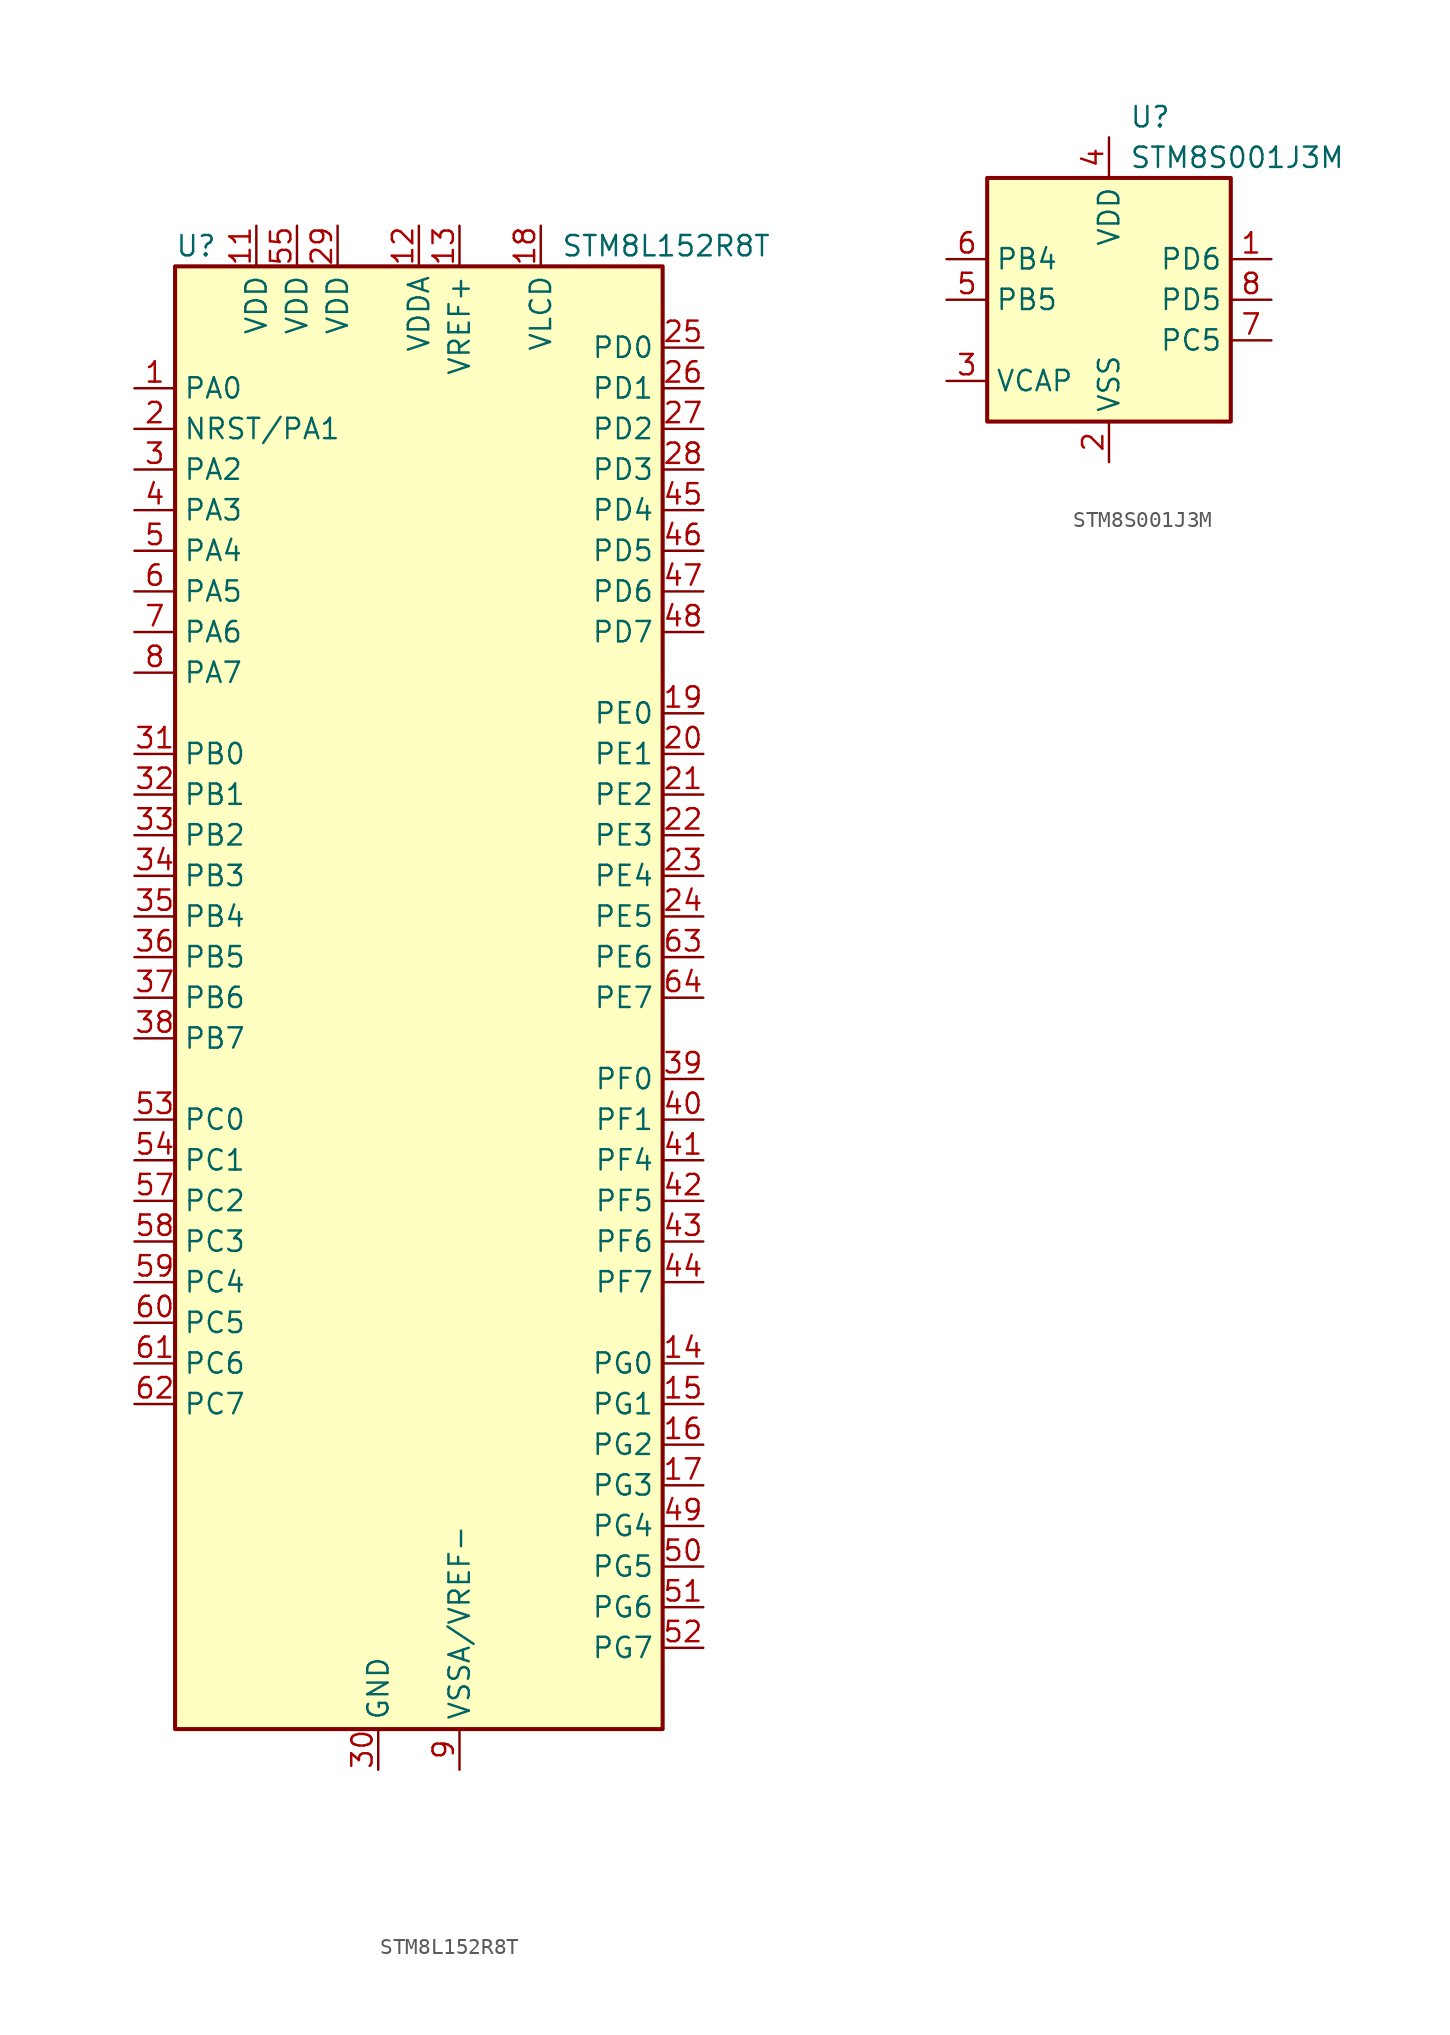
<source format=kicad_sym>
(kicad_symbol_lib
  (version 20231120)
  (generator "kicad_symbol_editor")
  (generator_version "8.0")
  (symbol "STM8L152R8T"
    (property "Reference" "U"
      (at -15.24 46.99 0)
      (effects (font (size 1.27 1.27)) (justify left)))
    (property "Value" "STM8L152R8T"
      (at 8.89 46.99 0)
      (effects (font (size 1.27 1.27)) (justify left)))
    (symbol "STM8L152R8T_0_0"
      (pin passive line (at -2.54 -48.26 90) (length 2.54) hide (name "GND" (effects (font (size 1.27 1.27)))) (number "10" (effects (font (size 1.27 1.27)))))
      (pin bidirectional line (at 17.78 12.7 180) (length 2.54) (name "PE2" (effects (font (size 1.27 1.27)))) (number "21" (effects (font (size 1.27 1.27)))))
      (pin bidirectional line (at 17.78 10.16 180) (length 2.54) (name "PE3" (effects (font (size 1.27 1.27)))) (number "22" (effects (font (size 1.27 1.27)))))
      (pin bidirectional line (at 17.78 7.62 180) (length 2.54) (name "PE4" (effects (font (size 1.27 1.27)))) (number "23" (effects (font (size 1.27 1.27)))))
      (pin bidirectional line (at 17.78 5.08 180) (length 2.54) (name "PE5" (effects (font (size 1.27 1.27)))) (number "24" (effects (font (size 1.27 1.27)))))
      (pin bidirectional line (at 17.78 40.64 180) (length 2.54) (name "PD0" (effects (font (size 1.27 1.27)))) (number "25" (effects (font (size 1.27 1.27)))))
      (pin bidirectional line (at 17.78 38.1 180) (length 2.54) (name "PD1" (effects (font (size 1.27 1.27)))) (number "26" (effects (font (size 1.27 1.27)))))
      (pin bidirectional line (at 17.78 35.56 180) (length 2.54) (name "PD2" (effects (font (size 1.27 1.27)))) (number "27" (effects (font (size 1.27 1.27)))))
      (pin bidirectional line (at 17.78 33.02 180) (length 2.54) (name "PD3" (effects (font (size 1.27 1.27)))) (number "28" (effects (font (size 1.27 1.27)))))
      (pin power_in line (at -5.08 48.26 270) (length 2.54) (name "VDD" (effects (font (size 1.27 1.27)))) (number "29" (effects (font (size 1.27 1.27)))))
      (pin power_in line (at -2.54 -48.26 90) (length 2.54) (name "GND" (effects (font (size 1.27 1.27)))) (number "30" (effects (font (size 1.27 1.27)))))
      (pin bidirectional line (at -17.78 15.24 0) (length 2.54) (name "PB0" (effects (font (size 1.27 1.27)))) (number "31" (effects (font (size 1.27 1.27)))))
      (pin bidirectional line (at -17.78 12.7 0) (length 2.54) (name "PB1" (effects (font (size 1.27 1.27)))) (number "32" (effects (font (size 1.27 1.27)))))
      (pin bidirectional line (at -17.78 10.16 0) (length 2.54) (name "PB2" (effects (font (size 1.27 1.27)))) (number "33" (effects (font (size 1.27 1.27)))))
      (pin bidirectional line (at -17.78 7.62 0) (length 2.54) (name "PB3" (effects (font (size 1.27 1.27)))) (number "34" (effects (font (size 1.27 1.27)))))
      (pin bidirectional line (at -17.78 5.08 0) (length 2.54) (name "PB4" (effects (font (size 1.27 1.27)))) (number "35" (effects (font (size 1.27 1.27)))))
      (pin bidirectional line (at -17.78 2.54 0) (length 2.54) (name "PB5" (effects (font (size 1.27 1.27)))) (number "36" (effects (font (size 1.27 1.27)))))
      (pin bidirectional line (at -17.78 0 0) (length 2.54) (name "PB6" (effects (font (size 1.27 1.27)))) (number "37" (effects (font (size 1.27 1.27)))))
      (pin bidirectional line (at -17.78 -2.54 0) (length 2.54) (name "PB7" (effects (font (size 1.27 1.27)))) (number "38" (effects (font (size 1.27 1.27)))))
      (pin bidirectional line (at 17.78 -5.08 180) (length 2.54) (name "PF0" (effects (font (size 1.27 1.27)))) (number "39" (effects (font (size 1.27 1.27)))))
      (pin bidirectional line (at 17.78 -7.62 180) (length 2.54) (name "PF1" (effects (font (size 1.27 1.27)))) (number "40" (effects (font (size 1.27 1.27)))))
      (pin bidirectional line (at 17.78 -10.16 180) (length 2.54) (name "PF4" (effects (font (size 1.27 1.27)))) (number "41" (effects (font (size 1.27 1.27)))))
      (pin bidirectional line (at 17.78 -12.7 180) (length 2.54) (name "PF5" (effects (font (size 1.27 1.27)))) (number "42" (effects (font (size 1.27 1.27)))))
      (pin bidirectional line (at 17.78 -15.24 180) (length 2.54) (name "PF6" (effects (font (size 1.27 1.27)))) (number "43" (effects (font (size 1.27 1.27)))))
      (pin bidirectional line (at 17.78 -17.78 180) (length 2.54) (name "PF7" (effects (font (size 1.27 1.27)))) (number "44" (effects (font (size 1.27 1.27)))))
      (pin bidirectional line (at 17.78 30.48 180) (length 2.54) (name "PD4" (effects (font (size 1.27 1.27)))) (number "45" (effects (font (size 1.27 1.27)))))
      (pin bidirectional line (at 17.78 27.94 180) (length 2.54) (name "PD5" (effects (font (size 1.27 1.27)))) (number "46" (effects (font (size 1.27 1.27)))))
      (pin bidirectional line (at 17.78 25.4 180) (length 2.54) (name "PD6" (effects (font (size 1.27 1.27)))) (number "47" (effects (font (size 1.27 1.27)))))
      (pin bidirectional line (at 17.78 22.86 180) (length 2.54) (name "PD7" (effects (font (size 1.27 1.27)))) (number "48" (effects (font (size 1.27 1.27)))))
      (pin bidirectional line (at 17.78 -33.02 180) (length 2.54) (name "PG4" (effects (font (size 1.27 1.27)))) (number "49" (effects (font (size 1.27 1.27)))))
      (pin bidirectional line (at 17.78 -35.56 180) (length 2.54) (name "PG5" (effects (font (size 1.27 1.27)))) (number "50" (effects (font (size 1.27 1.27)))))
      (pin bidirectional line (at 17.78 -38.1 180) (length 2.54) (name "PG6" (effects (font (size 1.27 1.27)))) (number "51" (effects (font (size 1.27 1.27)))))
      (pin bidirectional line (at 17.78 -40.64 180) (length 2.54) (name "PG7" (effects (font (size 1.27 1.27)))) (number "52" (effects (font (size 1.27 1.27)))))
      (pin bidirectional line (at -17.78 -7.62 0) (length 2.54) (name "PC0" (effects (font (size 1.27 1.27)))) (number "53" (effects (font (size 1.27 1.27)))))
      (pin bidirectional line (at -17.78 -10.16 0) (length 2.54) (name "PC1" (effects (font (size 1.27 1.27)))) (number "54" (effects (font (size 1.27 1.27)))))
      (pin power_in line (at -7.62 48.26 270) (length 2.54) (name "VDD" (effects (font (size 1.27 1.27)))) (number "55" (effects (font (size 1.27 1.27)))))
      (pin passive line (at -2.54 -48.26 90) (length 2.54) hide (name "GND" (effects (font (size 1.27 1.27)))) (number "56" (effects (font (size 1.27 1.27)))))
      (pin bidirectional line (at -17.78 -12.7 0) (length 2.54) (name "PC2" (effects (font (size 1.27 1.27)))) (number "57" (effects (font (size 1.27 1.27)))))
      (pin bidirectional line (at -17.78 -15.24 0) (length 2.54) (name "PC3" (effects (font (size 1.27 1.27)))) (number "58" (effects (font (size 1.27 1.27)))))
      (pin bidirectional line (at -17.78 -17.78 0) (length 2.54) (name "PC4" (effects (font (size 1.27 1.27)))) (number "59" (effects (font (size 1.27 1.27)))))
      (pin bidirectional line (at -17.78 -20.32 0) (length 2.54) (name "PC5" (effects (font (size 1.27 1.27)))) (number "60" (effects (font (size 1.27 1.27)))))
      (pin bidirectional line (at -17.78 -22.86 0) (length 2.54) (name "PC6" (effects (font (size 1.27 1.27)))) (number "61" (effects (font (size 1.27 1.27)))))
      (pin bidirectional line (at -17.78 -25.4 0) (length 2.54) (name "PC7" (effects (font (size 1.27 1.27)))) (number "62" (effects (font (size 1.27 1.27)))))
      (pin bidirectional line (at 17.78 2.54 180) (length 2.54) (name "PE6" (effects (font (size 1.27 1.27)))) (number "63" (effects (font (size 1.27 1.27)))))
      (pin bidirectional line (at 17.78 0 180) (length 2.54) (name "PE7" (effects (font (size 1.27 1.27)))) (number "64" (effects (font (size 1.27 1.27))))))
    (symbol "STM8L152R8T_0_1"
      (rectangle (start -15.24 45.72) (end 15.24 -45.72) (stroke (width 0.254) (type default)) (fill (type background))))
    (symbol "STM8L152R8T_1_1"
      (pin bidirectional line (at -17.78 38.1 0) (length 2.54) (name "PA0" (effects (font (size 1.27 1.27)))) (number "1" (effects (font (size 1.27 1.27)))))
      (pin power_in line (at -10.16 48.26 270) (length 2.54) (name "VDD" (effects (font (size 1.27 1.27)))) (number "11" (effects (font (size 1.27 1.27)))))
      (pin power_in line (at 0 48.26 270) (length 2.54) (name "VDDA" (effects (font (size 1.27 1.27)))) (number "12" (effects (font (size 1.27 1.27)))))
      (pin power_in line (at 2.54 48.26 270) (length 2.54) (name "VREF+" (effects (font (size 1.27 1.27)))) (number "13" (effects (font (size 1.27 1.27)))))
      (pin bidirectional line (at 17.78 -22.86 180) (length 2.54) (name "PG0" (effects (font (size 1.27 1.27)))) (number "14" (effects (font (size 1.27 1.27)))))
      (pin bidirectional line (at 17.78 -25.4 180) (length 2.54) (name "PG1" (effects (font (size 1.27 1.27)))) (number "15" (effects (font (size 1.27 1.27)))))
      (pin bidirectional line (at 17.78 -27.94 180) (length 2.54) (name "PG2" (effects (font (size 1.27 1.27)))) (number "16" (effects (font (size 1.27 1.27)))))
      (pin bidirectional line (at 17.78 -30.48 180) (length 2.54) (name "PG3" (effects (font (size 1.27 1.27)))) (number "17" (effects (font (size 1.27 1.27)))))
      (pin power_in line (at 7.62 48.26 270) (length 2.54) (name "VLCD" (effects (font (size 1.27 1.27)))) (number "18" (effects (font (size 1.27 1.27)))))
      (pin bidirectional line (at 17.78 17.78 180) (length 2.54) (name "PE0" (effects (font (size 1.27 1.27)))) (number "19" (effects (font (size 1.27 1.27)))))
      (pin bidirectional line (at -17.78 35.56 0) (length 2.54) (name "NRST/PA1" (effects (font (size 1.27 1.27)))) (number "2" (effects (font (size 1.27 1.27)))))
      (pin bidirectional line (at 17.78 15.24 180) (length 2.54) (name "PE1" (effects (font (size 1.27 1.27)))) (number "20" (effects (font (size 1.27 1.27)))))
      (pin bidirectional line (at -17.78 33.02 0) (length 2.54) (name "PA2" (effects (font (size 1.27 1.27)))) (number "3" (effects (font (size 1.27 1.27)))))
      (pin bidirectional line (at -17.78 30.48 0) (length 2.54) (name "PA3" (effects (font (size 1.27 1.27)))) (number "4" (effects (font (size 1.27 1.27)))))
      (pin bidirectional line (at -17.78 27.94 0) (length 2.54) (name "PA4" (effects (font (size 1.27 1.27)))) (number "5" (effects (font (size 1.27 1.27)))))
      (pin bidirectional line (at -17.78 25.4 0) (length 2.54) (name "PA5" (effects (font (size 1.27 1.27)))) (number "6" (effects (font (size 1.27 1.27)))))
      (pin bidirectional line (at -17.78 22.86 0) (length 2.54) (name "PA6" (effects (font (size 1.27 1.27)))) (number "7" (effects (font (size 1.27 1.27)))))
      (pin bidirectional line (at -17.78 20.32 0) (length 2.54) (name "PA7" (effects (font (size 1.27 1.27)))) (number "8" (effects (font (size 1.27 1.27)))))
      (pin power_in line (at 2.54 -48.26 90) (length 2.54) (name "VSSA/VREF-" (effects (font (size 1.27 1.27)))) (number "9" (effects (font (size 1.27 1.27)))))))
  (symbol "STM8S001J3M"
    (property "Reference" "U"
      (at 1.27 11.43 0)
      (effects (font (size 1.27 1.27)) (justify left)))
    (property "Value" "STM8S001J3M"
      (at 1.27 8.89 0)
      (effects (font (size 1.27 1.27)) (justify left)))
    (symbol "STM8S001J3M_0_1"
      (rectangle (start -7.62 7.62) (end 7.62 -7.62) (stroke (width 0.254) (type default)) (fill (type background))))
    (symbol "STM8S001J3M_1_1"
      (pin bidirectional line (at 10.16 2.54 180) (length 2.54) (name "PD6" (effects (font (size 1.27 1.27)))) (number "1" (effects (font (size 1.27 1.27)))))
      (pin power_in line (at 0 -10.16 90) (length 2.54) (name "VSS" (effects (font (size 1.27 1.27)))) (number "2" (effects (font (size 1.27 1.27)))))
      (pin passive line (at -10.16 -5.08 0) (length 2.54) (name "VCAP" (effects (font (size 1.27 1.27)))) (number "3" (effects (font (size 1.27 1.27)))))
      (pin power_in line (at 0 10.16 270) (length 2.54) (name "VDD" (effects (font (size 1.27 1.27)))) (number "4" (effects (font (size 1.27 1.27)))))
      (pin bidirectional line (at -10.16 0 0) (length 2.54) (name "PB5" (effects (font (size 1.27 1.27)))) (number "5" (effects (font (size 1.27 1.27)))))
      (pin bidirectional line (at -10.16 2.54 0) (length 2.54) (name "PB4" (effects (font (size 1.27 1.27)))) (number "6" (effects (font (size 1.27 1.27)))))
      (pin bidirectional line (at 10.16 -2.54 180) (length 2.54) (name "PC5" (effects (font (size 1.27 1.27)))) (number "7" (effects (font (size 1.27 1.27)))))
      (pin bidirectional line (at 10.16 0 180) (length 2.54) (name "PD5" (effects (font (size 1.27 1.27)))) (number "8" (effects (font (size 1.27 1.27))))))))
</source>
